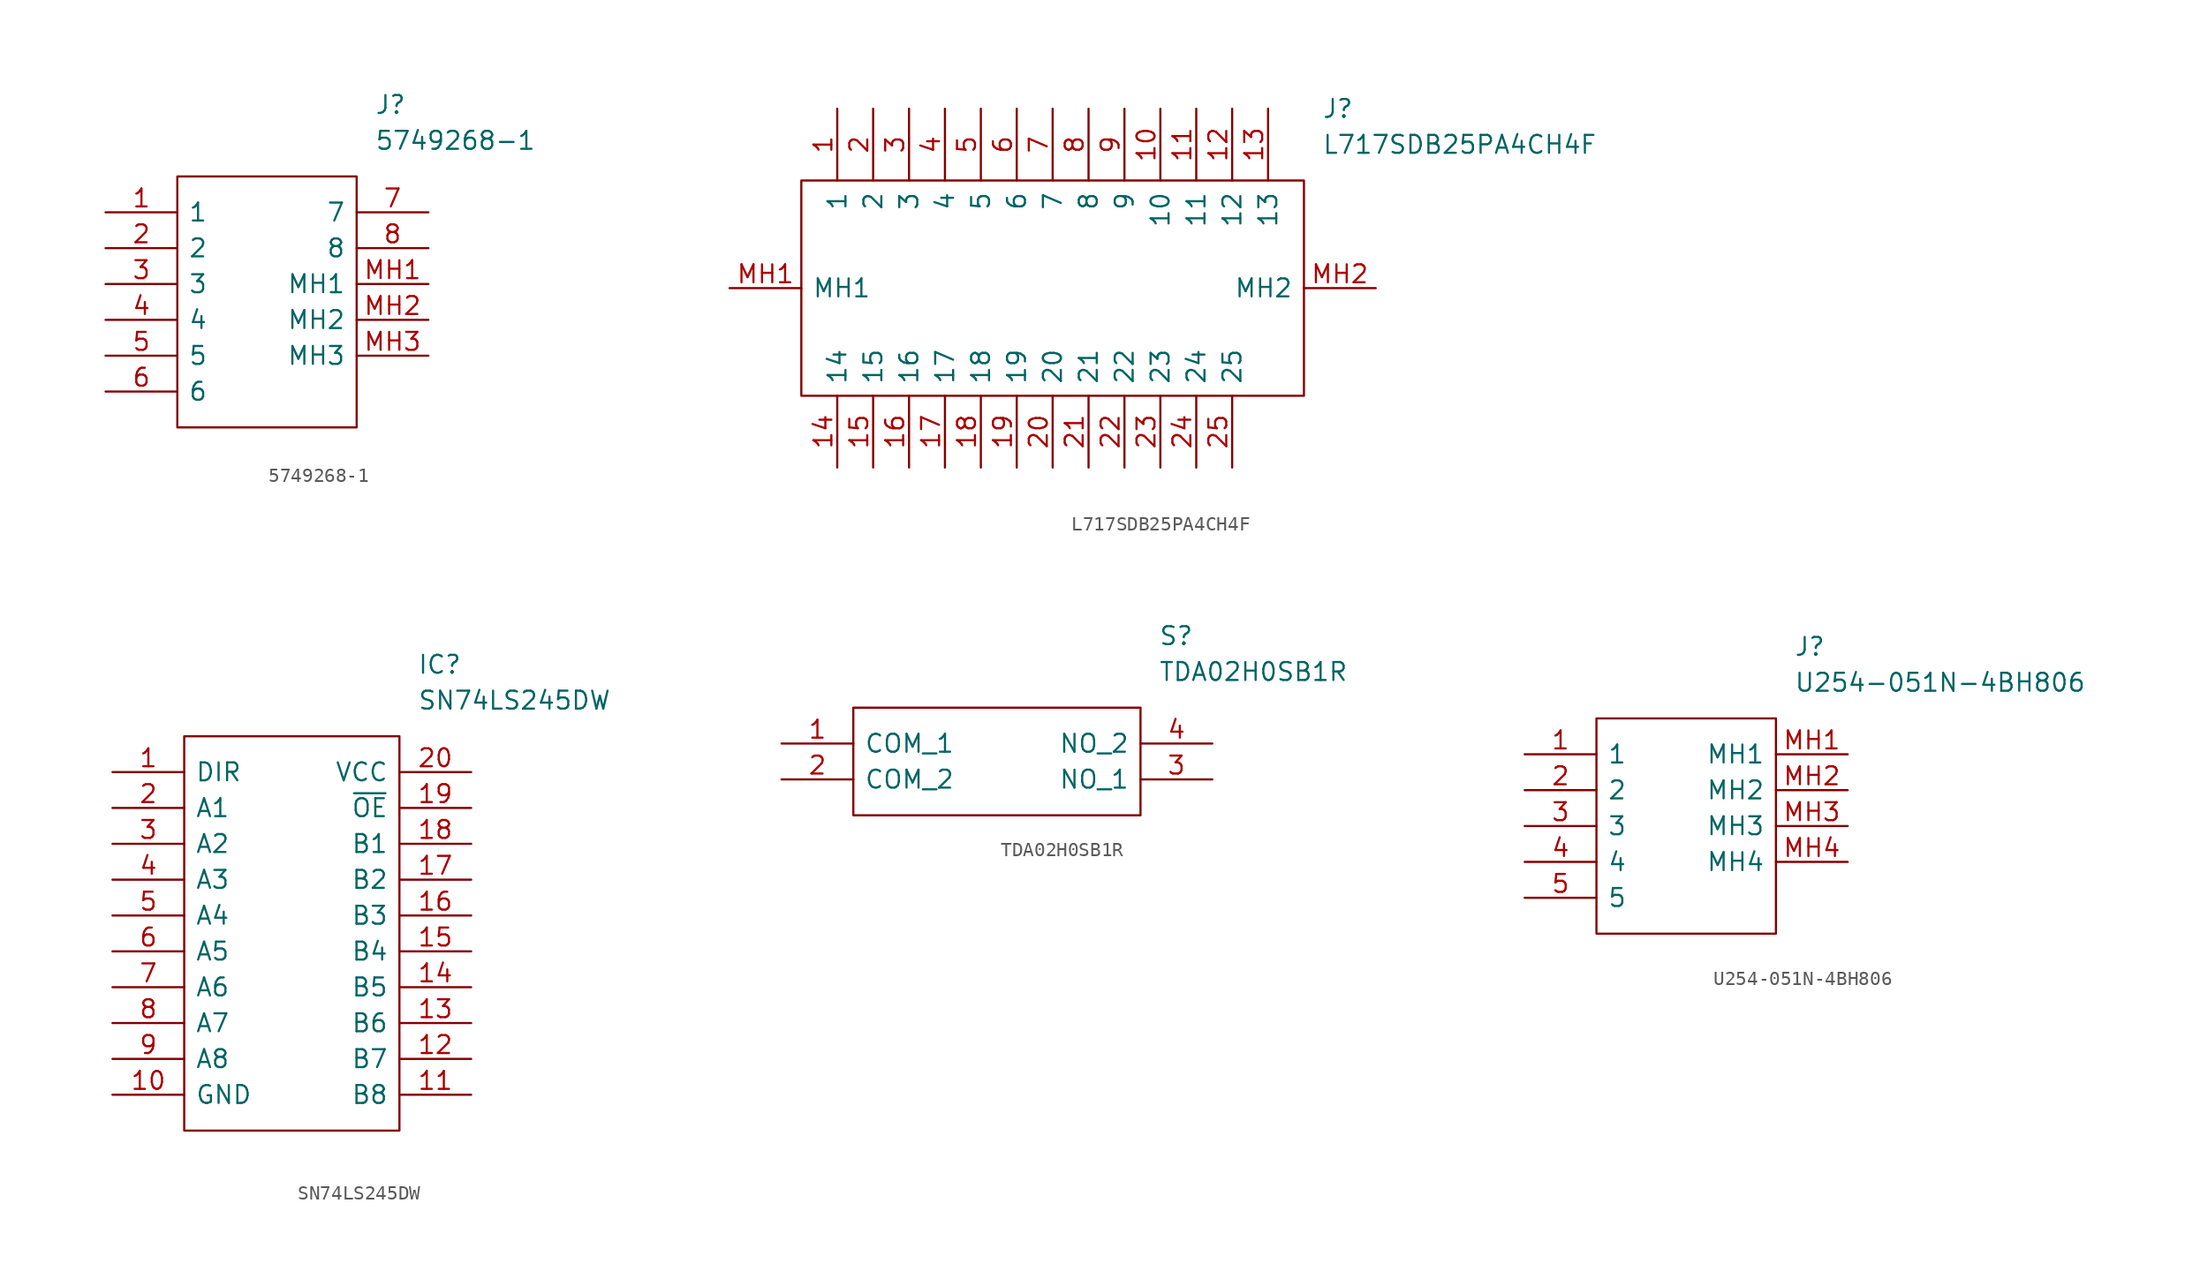
<source format=kicad_sym>
(kicad_symbol_lib
  (version 20211014)
  (generator kicad_symbol_editor)
  (symbol "5749268-1"
    (pin_names
      (offset 0.762))
    (property "Reference" "J"
      (at 19.05 7.62 0)
      (effects (font (size 1.27 1.27)) (justify left)))
    (property "Value" "5749268-1"
      (at 19.05 5.08 0)
      (effects (font (size 1.27 1.27)) (justify left)))
    (symbol "5749268-1_0_0"
      (pin passive line (at 0 0 0) (length 5.08) (name "1" (effects (font (size 1.27 1.27)))) (number "1" (effects (font (size 1.27 1.27)))))
      (pin passive line (at 0 -2.54 0) (length 5.08) (name "2" (effects (font (size 1.27 1.27)))) (number "2" (effects (font (size 1.27 1.27)))))
      (pin passive line (at 0 -5.08 0) (length 5.08) (name "3" (effects (font (size 1.27 1.27)))) (number "3" (effects (font (size 1.27 1.27)))))
      (pin passive line (at 0 -7.62 0) (length 5.08) (name "4" (effects (font (size 1.27 1.27)))) (number "4" (effects (font (size 1.27 1.27)))))
      (pin passive line (at 0 -10.16 0) (length 5.08) (name "5" (effects (font (size 1.27 1.27)))) (number "5" (effects (font (size 1.27 1.27)))))
      (pin passive line (at 0 -12.7 0) (length 5.08) (name "6" (effects (font (size 1.27 1.27)))) (number "6" (effects (font (size 1.27 1.27)))))
      (pin passive line (at 22.86 0 180) (length 5.08) (name "7" (effects (font (size 1.27 1.27)))) (number "7" (effects (font (size 1.27 1.27)))))
      (pin passive line (at 22.86 -2.54 180) (length 5.08) (name "8" (effects (font (size 1.27 1.27)))) (number "8" (effects (font (size 1.27 1.27)))))
      (pin passive line (at 22.86 -5.08 180) (length 5.08) (name "MH1" (effects (font (size 1.27 1.27)))) (number "MH1" (effects (font (size 1.27 1.27)))))
      (pin passive line (at 22.86 -7.62 180) (length 5.08) (name "MH2" (effects (font (size 1.27 1.27)))) (number "MH2" (effects (font (size 1.27 1.27)))))
      (pin passive line (at 22.86 -10.16 180) (length 5.08) (name "MH3" (effects (font (size 1.27 1.27)))) (number "MH3" (effects (font (size 1.27 1.27))))))
    (symbol "5749268-1_0_1"
      (polyline (pts (xy 5.08 2.54) (xy 17.78 2.54) (xy 17.78 -15.24) (xy 5.08 -15.24) (xy 5.08 2.54)) (stroke (width 0.152) (type default) (color 0 0 0 0)) (fill (type none)))))
  (symbol "L717SDB25PA4CH4F"
    (pin_names
      (offset 0.762))
    (property "Reference" "J"
      (at 41.91 12.7 0)
      (effects (font (size 1.27 1.27)) (justify left)))
    (property "Value" "L717SDB25PA4CH4F"
      (at 41.91 10.16 0)
      (effects (font (size 1.27 1.27)) (justify left)))
    (symbol "L717SDB25PA4CH4F_0_0"
      (pin passive line (at 7.62 12.7 270) (length 5.08) (name "1" (effects (font (size 1.27 1.27)))) (number "1" (effects (font (size 1.27 1.27)))))
      (pin passive line (at 30.48 12.7 270) (length 5.08) (name "10" (effects (font (size 1.27 1.27)))) (number "10" (effects (font (size 1.27 1.27)))))
      (pin passive line (at 33.02 12.7 270) (length 5.08) (name "11" (effects (font (size 1.27 1.27)))) (number "11" (effects (font (size 1.27 1.27)))))
      (pin passive line (at 35.56 12.7 270) (length 5.08) (name "12" (effects (font (size 1.27 1.27)))) (number "12" (effects (font (size 1.27 1.27)))))
      (pin passive line (at 38.1 12.7 270) (length 5.08) (name "13" (effects (font (size 1.27 1.27)))) (number "13" (effects (font (size 1.27 1.27)))))
      (pin passive line (at 7.62 -12.7 90) (length 5.08) (name "14" (effects (font (size 1.27 1.27)))) (number "14" (effects (font (size 1.27 1.27)))))
      (pin passive line (at 10.16 -12.7 90) (length 5.08) (name "15" (effects (font (size 1.27 1.27)))) (number "15" (effects (font (size 1.27 1.27)))))
      (pin passive line (at 12.7 -12.7 90) (length 5.08) (name "16" (effects (font (size 1.27 1.27)))) (number "16" (effects (font (size 1.27 1.27)))))
      (pin passive line (at 15.24 -12.7 90) (length 5.08) (name "17" (effects (font (size 1.27 1.27)))) (number "17" (effects (font (size 1.27 1.27)))))
      (pin passive line (at 17.78 -12.7 90) (length 5.08) (name "18" (effects (font (size 1.27 1.27)))) (number "18" (effects (font (size 1.27 1.27)))))
      (pin passive line (at 20.32 -12.7 90) (length 5.08) (name "19" (effects (font (size 1.27 1.27)))) (number "19" (effects (font (size 1.27 1.27)))))
      (pin passive line (at 10.16 12.7 270) (length 5.08) (name "2" (effects (font (size 1.27 1.27)))) (number "2" (effects (font (size 1.27 1.27)))))
      (pin passive line (at 22.86 -12.7 90) (length 5.08) (name "20" (effects (font (size 1.27 1.27)))) (number "20" (effects (font (size 1.27 1.27)))))
      (pin passive line (at 25.4 -12.7 90) (length 5.08) (name "21" (effects (font (size 1.27 1.27)))) (number "21" (effects (font (size 1.27 1.27)))))
      (pin passive line (at 27.94 -12.7 90) (length 5.08) (name "22" (effects (font (size 1.27 1.27)))) (number "22" (effects (font (size 1.27 1.27)))))
      (pin passive line (at 30.48 -12.7 90) (length 5.08) (name "23" (effects (font (size 1.27 1.27)))) (number "23" (effects (font (size 1.27 1.27)))))
      (pin passive line (at 33.02 -12.7 90) (length 5.08) (name "24" (effects (font (size 1.27 1.27)))) (number "24" (effects (font (size 1.27 1.27)))))
      (pin passive line (at 35.56 -12.7 90) (length 5.08) (name "25" (effects (font (size 1.27 1.27)))) (number "25" (effects (font (size 1.27 1.27)))))
      (pin passive line (at 12.7 12.7 270) (length 5.08) (name "3" (effects (font (size 1.27 1.27)))) (number "3" (effects (font (size 1.27 1.27)))))
      (pin passive line (at 15.24 12.7 270) (length 5.08) (name "4" (effects (font (size 1.27 1.27)))) (number "4" (effects (font (size 1.27 1.27)))))
      (pin passive line (at 17.78 12.7 270) (length 5.08) (name "5" (effects (font (size 1.27 1.27)))) (number "5" (effects (font (size 1.27 1.27)))))
      (pin passive line (at 20.32 12.7 270) (length 5.08) (name "6" (effects (font (size 1.27 1.27)))) (number "6" (effects (font (size 1.27 1.27)))))
      (pin passive line (at 22.86 12.7 270) (length 5.08) (name "7" (effects (font (size 1.27 1.27)))) (number "7" (effects (font (size 1.27 1.27)))))
      (pin passive line (at 25.4 12.7 270) (length 5.08) (name "8" (effects (font (size 1.27 1.27)))) (number "8" (effects (font (size 1.27 1.27)))))
      (pin passive line (at 27.94 12.7 270) (length 5.08) (name "9" (effects (font (size 1.27 1.27)))) (number "9" (effects (font (size 1.27 1.27)))))
      (pin passive line (at 0 0 0) (length 5.08) (name "MH1" (effects (font (size 1.27 1.27)))) (number "MH1" (effects (font (size 1.27 1.27)))))
      (pin passive line (at 45.72 0 180) (length 5.08) (name "MH2" (effects (font (size 1.27 1.27)))) (number "MH2" (effects (font (size 1.27 1.27))))))
    (symbol "L717SDB25PA4CH4F_0_1"
      (polyline (pts (xy 5.08 7.62) (xy 40.64 7.62) (xy 40.64 -7.62) (xy 5.08 -7.62) (xy 5.08 7.62)) (stroke (width 0.152) (type default) (color 0 0 0 0)) (fill (type none)))))
  (symbol "SN74LS245DW"
    (pin_names
      (offset 0.762))
    (property "Reference" "IC"
      (at 21.59 7.62 0)
      (effects (font (size 1.27 1.27)) (justify left)))
    (property "Value" "SN74LS245DW"
      (at 21.59 5.08 0)
      (effects (font (size 1.27 1.27)) (justify left)))
    (symbol "SN74LS245DW_0_0"
      (pin passive line (at 0 0 0) (length 5.08) (name "DIR" (effects (font (size 1.27 1.27)))) (number "1" (effects (font (size 1.27 1.27)))))
      (pin passive line (at 0 -22.86 0) (length 5.08) (name "GND" (effects (font (size 1.27 1.27)))) (number "10" (effects (font (size 1.27 1.27)))))
      (pin passive line (at 25.4 -22.86 180) (length 5.08) (name "B8" (effects (font (size 1.27 1.27)))) (number "11" (effects (font (size 1.27 1.27)))))
      (pin passive line (at 25.4 -20.32 180) (length 5.08) (name "B7" (effects (font (size 1.27 1.27)))) (number "12" (effects (font (size 1.27 1.27)))))
      (pin passive line (at 25.4 -17.78 180) (length 5.08) (name "B6" (effects (font (size 1.27 1.27)))) (number "13" (effects (font (size 1.27 1.27)))))
      (pin passive line (at 25.4 -15.24 180) (length 5.08) (name "B5" (effects (font (size 1.27 1.27)))) (number "14" (effects (font (size 1.27 1.27)))))
      (pin passive line (at 25.4 -12.7 180) (length 5.08) (name "B4" (effects (font (size 1.27 1.27)))) (number "15" (effects (font (size 1.27 1.27)))))
      (pin passive line (at 25.4 -10.16 180) (length 5.08) (name "B3" (effects (font (size 1.27 1.27)))) (number "16" (effects (font (size 1.27 1.27)))))
      (pin passive line (at 25.4 -7.62 180) (length 5.08) (name "B2" (effects (font (size 1.27 1.27)))) (number "17" (effects (font (size 1.27 1.27)))))
      (pin passive line (at 25.4 -5.08 180) (length 5.08) (name "B1" (effects (font (size 1.27 1.27)))) (number "18" (effects (font (size 1.27 1.27)))))
      (pin passive line (at 25.4 -2.54 180) (length 5.08) (name "~{OE}" (effects (font (size 1.27 1.27)))) (number "19" (effects (font (size 1.27 1.27)))))
      (pin passive line (at 0 -2.54 0) (length 5.08) (name "A1" (effects (font (size 1.27 1.27)))) (number "2" (effects (font (size 1.27 1.27)))))
      (pin passive line (at 25.4 0 180) (length 5.08) (name "VCC" (effects (font (size 1.27 1.27)))) (number "20" (effects (font (size 1.27 1.27)))))
      (pin passive line (at 0 -5.08 0) (length 5.08) (name "A2" (effects (font (size 1.27 1.27)))) (number "3" (effects (font (size 1.27 1.27)))))
      (pin passive line (at 0 -7.62 0) (length 5.08) (name "A3" (effects (font (size 1.27 1.27)))) (number "4" (effects (font (size 1.27 1.27)))))
      (pin passive line (at 0 -10.16 0) (length 5.08) (name "A4" (effects (font (size 1.27 1.27)))) (number "5" (effects (font (size 1.27 1.27)))))
      (pin passive line (at 0 -12.7 0) (length 5.08) (name "A5" (effects (font (size 1.27 1.27)))) (number "6" (effects (font (size 1.27 1.27)))))
      (pin passive line (at 0 -15.24 0) (length 5.08) (name "A6" (effects (font (size 1.27 1.27)))) (number "7" (effects (font (size 1.27 1.27)))))
      (pin passive line (at 0 -17.78 0) (length 5.08) (name "A7" (effects (font (size 1.27 1.27)))) (number "8" (effects (font (size 1.27 1.27)))))
      (pin passive line (at 0 -20.32 0) (length 5.08) (name "A8" (effects (font (size 1.27 1.27)))) (number "9" (effects (font (size 1.27 1.27))))))
    (symbol "SN74LS245DW_0_1"
      (polyline (pts (xy 5.08 2.54) (xy 20.32 2.54) (xy 20.32 -25.4) (xy 5.08 -25.4) (xy 5.08 2.54)) (stroke (width 0.152) (type default) (color 0 0 0 0)) (fill (type none)))))
  (symbol "TDA02H0SB1R"
    (pin_names
      (offset 0.762))
    (property "Reference" "S"
      (at 26.67 7.62 0)
      (effects (font (size 1.27 1.27)) (justify left)))
    (property "Value" "TDA02H0SB1R"
      (at 26.67 5.08 0)
      (effects (font (size 1.27 1.27)) (justify left)))
    (symbol "TDA02H0SB1R_0_0"
      (pin passive line (at 0 0 0) (length 5.08) (name "COM_1" (effects (font (size 1.27 1.27)))) (number "1" (effects (font (size 1.27 1.27)))))
      (pin passive line (at 0 -2.54 0) (length 5.08) (name "COM_2" (effects (font (size 1.27 1.27)))) (number "2" (effects (font (size 1.27 1.27)))))
      (pin passive line (at 30.48 -2.54 180) (length 5.08) (name "NO_1" (effects (font (size 1.27 1.27)))) (number "3" (effects (font (size 1.27 1.27)))))
      (pin passive line (at 30.48 0 180) (length 5.08) (name "NO_2" (effects (font (size 1.27 1.27)))) (number "4" (effects (font (size 1.27 1.27))))))
    (symbol "TDA02H0SB1R_0_1"
      (polyline (pts (xy 5.08 2.54) (xy 25.4 2.54) (xy 25.4 -5.08) (xy 5.08 -5.08) (xy 5.08 2.54)) (stroke (width 0.152) (type default) (color 0 0 0 0)) (fill (type none)))))
  (symbol "U254-051N-4BH806"
    (pin_names
      (offset 0.762))
    (property "Reference" "J"
      (at 19.05 7.62 0)
      (effects (font (size 1.27 1.27)) (justify left)))
    (property "Value" "U254-051N-4BH806"
      (at 19.05 5.08 0)
      (effects (font (size 1.27 1.27)) (justify left)))
    (symbol "U254-051N-4BH806_0_0"
      (pin passive line (at 0 0 0) (length 5.08) (name "1" (effects (font (size 1.27 1.27)))) (number "1" (effects (font (size 1.27 1.27)))))
      (pin passive line (at 0 -2.54 0) (length 5.08) (name "2" (effects (font (size 1.27 1.27)))) (number "2" (effects (font (size 1.27 1.27)))))
      (pin passive line (at 0 -5.08 0) (length 5.08) (name "3" (effects (font (size 1.27 1.27)))) (number "3" (effects (font (size 1.27 1.27)))))
      (pin passive line (at 0 -7.62 0) (length 5.08) (name "4" (effects (font (size 1.27 1.27)))) (number "4" (effects (font (size 1.27 1.27)))))
      (pin passive line (at 0 -10.16 0) (length 5.08) (name "5" (effects (font (size 1.27 1.27)))) (number "5" (effects (font (size 1.27 1.27)))))
      (pin passive line (at 22.86 0 180) (length 5.08) (name "MH1" (effects (font (size 1.27 1.27)))) (number "MH1" (effects (font (size 1.27 1.27)))))
      (pin passive line (at 22.86 -2.54 180) (length 5.08) (name "MH2" (effects (font (size 1.27 1.27)))) (number "MH2" (effects (font (size 1.27 1.27)))))
      (pin passive line (at 22.86 -5.08 180) (length 5.08) (name "MH3" (effects (font (size 1.27 1.27)))) (number "MH3" (effects (font (size 1.27 1.27)))))
      (pin passive line (at 22.86 -7.62 180) (length 5.08) (name "MH4" (effects (font (size 1.27 1.27)))) (number "MH4" (effects (font (size 1.27 1.27))))))
    (symbol "U254-051N-4BH806_0_1"
      (polyline (pts (xy 5.08 2.54) (xy 17.78 2.54) (xy 17.78 -12.7) (xy 5.08 -12.7) (xy 5.08 2.54)) (stroke (width 0.152) (type default) (color 0 0 0 0)) (fill (type none))))))
</source>
